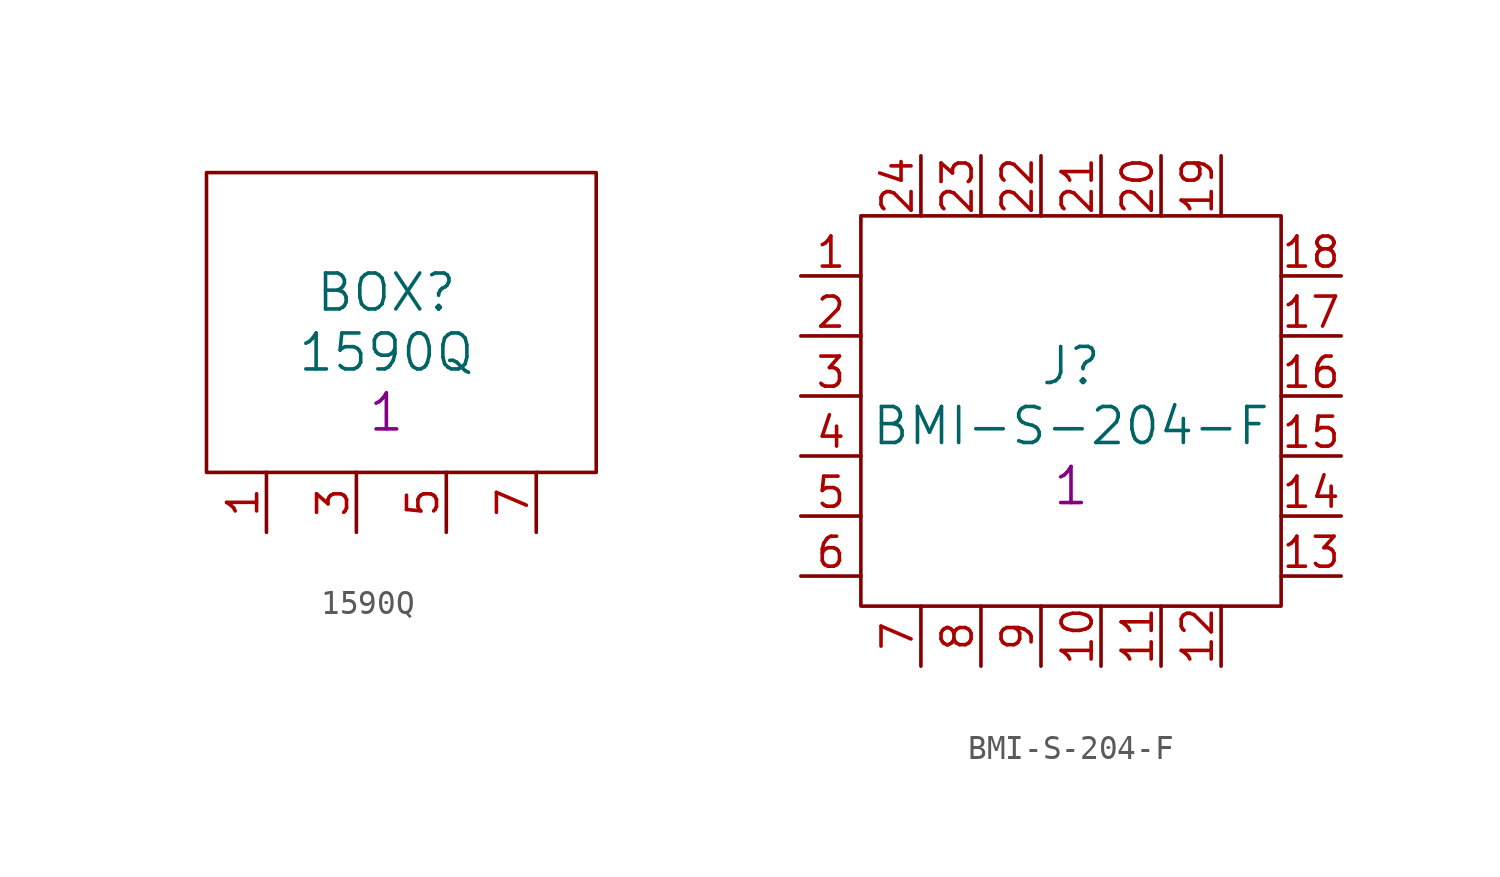
<source format=kicad_sym>
(kicad_symbol_lib
  (version 20211014)
  (generator kicad_symbol_editor)
  (symbol "1590Q"
    (pin_names
      (offset 1.016) hide)
    (property "Reference" "BOX"
      (at 5.08 10.16 0)
      (effects (font (size 1.524 1.524))))
    (property "Value" "1590Q"
      (at 5.08 7.62 0)
      (effects (font (size 1.524 1.524))))
    (property "Datasheet" ""
      (at -5.08 16.51 0)
      (effects (font (size 1.524 1.524))))
    (property "Qty" "1"
      (at 5.08 5.08 0)
      (effects (font (size 1.524 1.524))))
    (symbol "1590Q_0_1"
      (rectangle (start -2.54 15.24) (end 13.97 2.54) (stroke (width 0) (type default) (color 0 0 0 0)) (fill (type none))))
    (symbol "1590Q_1_1"
      (pin power_in line (at 0 0 90) (length 2.54) (name "1" (effects (font (size 1.27 1.27)))) (number "1" (effects (font (size 1.27 1.27)))))
      (pin power_in line (at 3.81 0 90) (length 2.54) (name "3" (effects (font (size 1.27 1.27)))) (number "3" (effects (font (size 1.27 1.27)))))
      (pin power_in line (at 7.62 0 90) (length 2.54) (name "5" (effects (font (size 1.27 1.27)))) (number "5" (effects (font (size 1.27 1.27)))))
      (pin power_in line (at 11.43 0 90) (length 2.54) (name "7" (effects (font (size 1.27 1.27)))) (number "7" (effects (font (size 1.27 1.27)))))))
  (symbol "BMI-S-204-F"
    (pin_names
      (offset 1.016) hide)
    (property "Reference" "J"
      (at 11.43 -3.81 0)
      (effects (font (size 1.524 1.524))))
    (property "Value" "BMI-S-204-F"
      (at 11.43 -6.35 0)
      (effects (font (size 1.524 1.524))))
    (property "Datasheet" ""
      (at 0 0 0)
      (effects (font (size 1.524 1.524))))
    (property "Qty" "1"
      (at 11.43 -8.89 0)
      (effects (font (size 1.524 1.524))))
    (symbol "BMI-S-204-F_0_1"
      (rectangle (start 2.54 2.54) (end 20.32 -13.97) (stroke (width 0) (type default) (color 0 0 0 0)) (fill (type none))))
    (symbol "BMI-S-204-F_1_1"
      (pin power_in line (at 0 0 0) (length 2.54) (name "1" (effects (font (size 1.27 1.27)))) (number "1" (effects (font (size 1.27 1.27)))))
      (pin power_in line (at 12.7 -16.51 90) (length 2.54) (name "10" (effects (font (size 1.27 1.27)))) (number "10" (effects (font (size 1.27 1.27)))))
      (pin power_in line (at 15.24 -16.51 90) (length 2.54) (name "11" (effects (font (size 1.27 1.27)))) (number "11" (effects (font (size 1.27 1.27)))))
      (pin power_in line (at 17.78 -16.51 90) (length 2.54) (name "12" (effects (font (size 1.27 1.27)))) (number "12" (effects (font (size 1.27 1.27)))))
      (pin power_in line (at 22.86 -12.7 180) (length 2.54) (name "13" (effects (font (size 1.27 1.27)))) (number "13" (effects (font (size 1.27 1.27)))))
      (pin power_in line (at 22.86 -10.16 180) (length 2.54) (name "14" (effects (font (size 1.27 1.27)))) (number "14" (effects (font (size 1.27 1.27)))))
      (pin power_in line (at 22.86 -7.62 180) (length 2.54) (name "15" (effects (font (size 1.27 1.27)))) (number "15" (effects (font (size 1.27 1.27)))))
      (pin power_in line (at 22.86 -5.08 180) (length 2.54) (name "16" (effects (font (size 1.27 1.27)))) (number "16" (effects (font (size 1.27 1.27)))))
      (pin power_in line (at 22.86 -2.54 180) (length 2.54) (name "17" (effects (font (size 1.27 1.27)))) (number "17" (effects (font (size 1.27 1.27)))))
      (pin power_in line (at 22.86 0 180) (length 2.54) (name "18" (effects (font (size 1.27 1.27)))) (number "18" (effects (font (size 1.27 1.27)))))
      (pin power_in line (at 17.78 5.08 270) (length 2.54) (name "19" (effects (font (size 1.27 1.27)))) (number "19" (effects (font (size 1.27 1.27)))))
      (pin power_in line (at 0 -2.54 0) (length 2.54) (name "2" (effects (font (size 1.27 1.27)))) (number "2" (effects (font (size 1.27 1.27)))))
      (pin power_in line (at 15.24 5.08 270) (length 2.54) (name "20" (effects (font (size 1.27 1.27)))) (number "20" (effects (font (size 1.27 1.27)))))
      (pin power_in line (at 12.7 5.08 270) (length 2.54) (name "21" (effects (font (size 1.27 1.27)))) (number "21" (effects (font (size 1.27 1.27)))))
      (pin power_in line (at 10.16 5.08 270) (length 2.54) (name "22" (effects (font (size 1.27 1.27)))) (number "22" (effects (font (size 1.27 1.27)))))
      (pin power_in line (at 7.62 5.08 270) (length 2.54) (name "23" (effects (font (size 1.27 1.27)))) (number "23" (effects (font (size 1.27 1.27)))))
      (pin power_in line (at 5.08 5.08 270) (length 2.54) (name "24" (effects (font (size 1.27 1.27)))) (number "24" (effects (font (size 1.27 1.27)))))
      (pin power_in line (at 0 -5.08 0) (length 2.54) (name "3" (effects (font (size 1.27 1.27)))) (number "3" (effects (font (size 1.27 1.27)))))
      (pin power_in line (at 0 -7.62 0) (length 2.54) (name "4" (effects (font (size 1.27 1.27)))) (number "4" (effects (font (size 1.27 1.27)))))
      (pin power_in line (at 0 -10.16 0) (length 2.54) (name "5" (effects (font (size 1.27 1.27)))) (number "5" (effects (font (size 1.27 1.27)))))
      (pin power_in line (at 0 -12.7 0) (length 2.54) (name "6" (effects (font (size 1.27 1.27)))) (number "6" (effects (font (size 1.27 1.27)))))
      (pin power_in line (at 5.08 -16.51 90) (length 2.54) (name "7" (effects (font (size 1.27 1.27)))) (number "7" (effects (font (size 1.27 1.27)))))
      (pin power_in line (at 7.62 -16.51 90) (length 2.54) (name "8" (effects (font (size 1.27 1.27)))) (number "8" (effects (font (size 1.27 1.27)))))
      (pin power_in line (at 10.16 -16.51 90) (length 2.54) (name "9" (effects (font (size 1.27 1.27)))) (number "9" (effects (font (size 1.27 1.27))))))))
</source>
